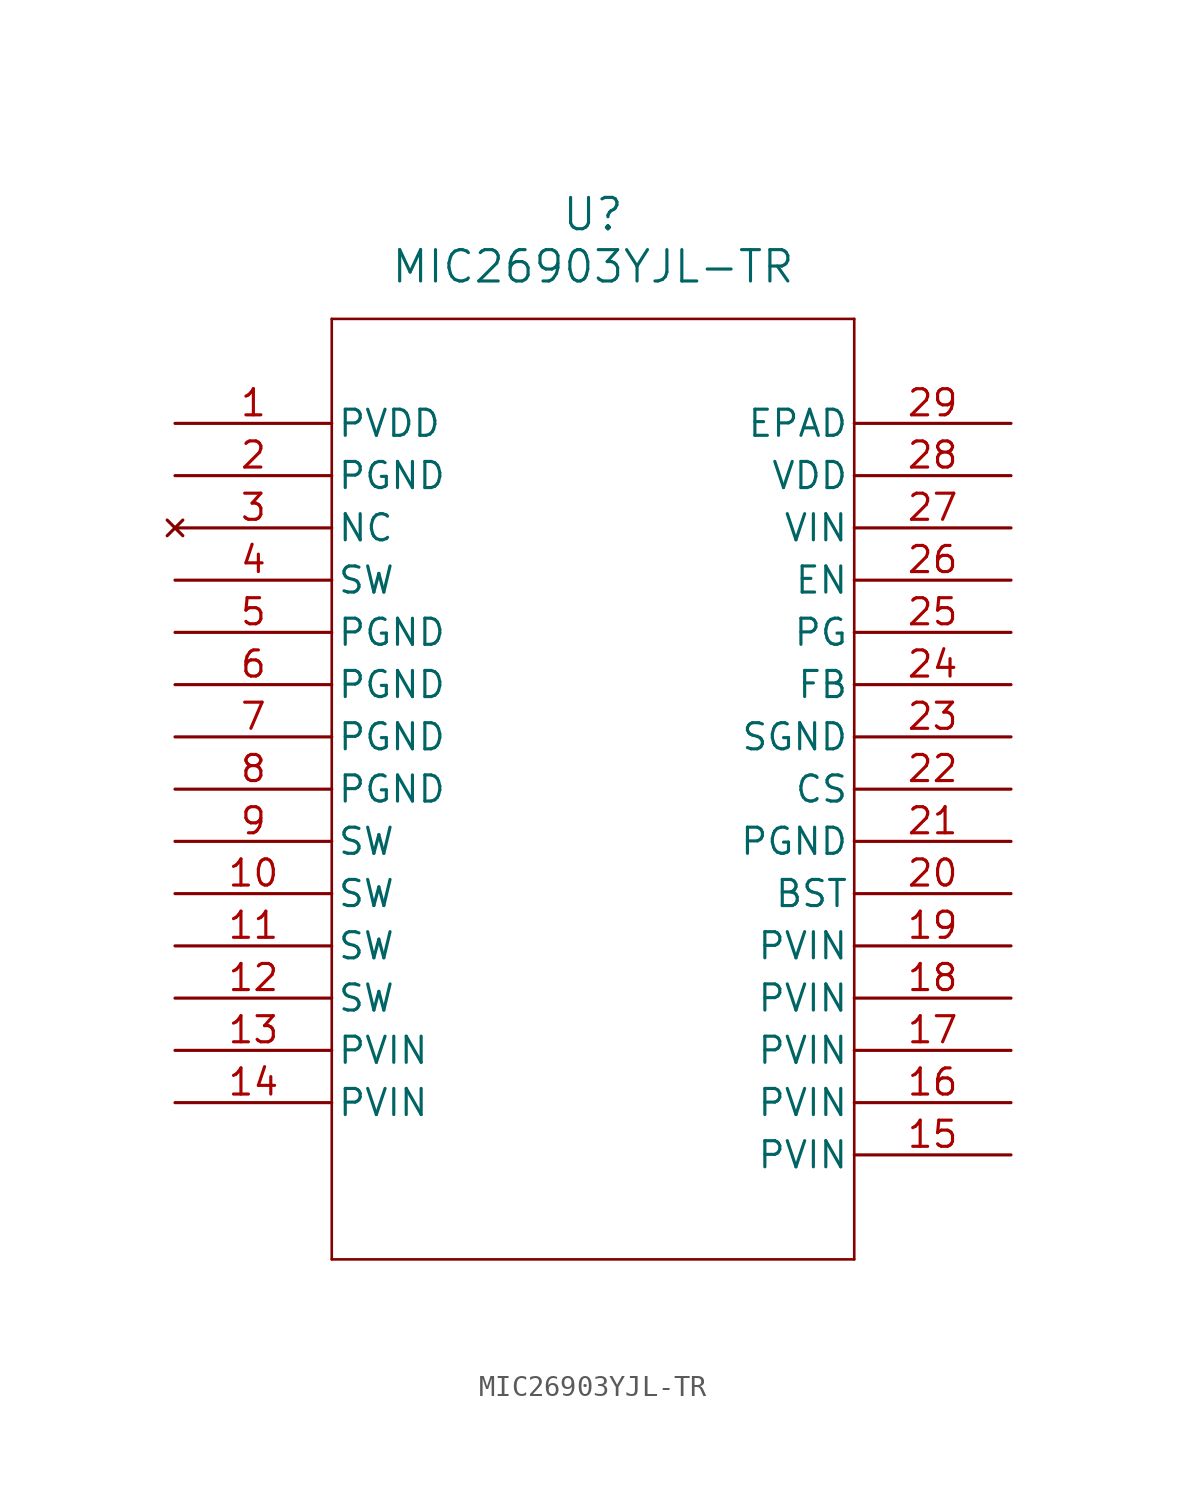
<source format=kicad_sym>
(kicad_symbol_lib
  (version 20241209)
  (generator "kicad_symbol_editor")
  (generator_version "9.0")
  (symbol "MIC26903YJL-TR"
    (pin_names
      (offset 0.254))
    (property "Reference" "U"
      (at 20.32 10.16 0)
      (effects (font (size 1.524 1.524))))
    (property "Value" "MIC26903YJL-TR"
      (at 20.32 7.62 0)
      (effects (font (size 1.524 1.524))))
    (symbol "MIC26903YJL-TR_0_1"
      (polyline (pts (xy 7.62 5.08) (xy 7.62 -40.64)) (stroke (width 0.127) (type default)) (fill (type none)))
      (polyline (pts (xy 7.62 -40.64) (xy 33.02 -40.64)) (stroke (width 0.127) (type default)) (fill (type none)))
      (polyline (pts (xy 33.02 5.08) (xy 7.62 5.08)) (stroke (width 0.127) (type default)) (fill (type none)))
      (polyline (pts (xy 33.02 -40.64) (xy 33.02 5.08)) (stroke (width 0.127) (type default)) (fill (type none)))
      (pin power_in line (at 0 0 0) (length 7.62) (name "PVDD" (effects (font (size 1.27 1.27)))) (number "1" (effects (font (size 1.27 1.27)))))
      (pin power_in line (at 0 -2.54 0) (length 7.62) (name "PGND" (effects (font (size 1.27 1.27)))) (number "2" (effects (font (size 1.27 1.27)))))
      (pin no_connect line (at 0 -5.08 0) (length 7.62) (name "NC" (effects (font (size 1.27 1.27)))) (number "3" (effects (font (size 1.27 1.27)))))
      (pin output line (at 0 -7.62 0) (length 7.62) (name "SW" (effects (font (size 1.27 1.27)))) (number "4" (effects (font (size 1.27 1.27)))))
      (pin power_in line (at 0 -10.16 0) (length 7.62) (name "PGND" (effects (font (size 1.27 1.27)))) (number "5" (effects (font (size 1.27 1.27)))))
      (pin power_in line (at 0 -12.7 0) (length 7.62) (name "PGND" (effects (font (size 1.27 1.27)))) (number "6" (effects (font (size 1.27 1.27)))))
      (pin power_in line (at 0 -15.24 0) (length 7.62) (name "PGND" (effects (font (size 1.27 1.27)))) (number "7" (effects (font (size 1.27 1.27)))))
      (pin power_in line (at 0 -17.78 0) (length 7.62) (name "PGND" (effects (font (size 1.27 1.27)))) (number "8" (effects (font (size 1.27 1.27)))))
      (pin output line (at 0 -20.32 0) (length 7.62) (name "SW" (effects (font (size 1.27 1.27)))) (number "9" (effects (font (size 1.27 1.27)))))
      (pin output line (at 0 -22.86 0) (length 7.62) (name "SW" (effects (font (size 1.27 1.27)))) (number "10" (effects (font (size 1.27 1.27)))))
      (pin output line (at 0 -25.4 0) (length 7.62) (name "SW" (effects (font (size 1.27 1.27)))) (number "11" (effects (font (size 1.27 1.27)))))
      (pin output line (at 0 -27.94 0) (length 7.62) (name "SW" (effects (font (size 1.27 1.27)))) (number "12" (effects (font (size 1.27 1.27)))))
      (pin input line (at 0 -30.48 0) (length 7.62) (name "PVIN" (effects (font (size 1.27 1.27)))) (number "13" (effects (font (size 1.27 1.27)))))
      (pin input line (at 0 -33.02 0) (length 7.62) (name "PVIN" (effects (font (size 1.27 1.27)))) (number "14" (effects (font (size 1.27 1.27)))))
      (pin unspecified line (at 40.64 0 180) (length 7.62) (name "EPAD" (effects (font (size 1.27 1.27)))) (number "29" (effects (font (size 1.27 1.27)))))
      (pin power_in line (at 40.64 -2.54 180) (length 7.62) (name "VDD" (effects (font (size 1.27 1.27)))) (number "28" (effects (font (size 1.27 1.27)))))
      (pin input line (at 40.64 -5.08 180) (length 7.62) (name "VIN" (effects (font (size 1.27 1.27)))) (number "27" (effects (font (size 1.27 1.27)))))
      (pin input line (at 40.64 -7.62 180) (length 7.62) (name "EN" (effects (font (size 1.27 1.27)))) (number "26" (effects (font (size 1.27 1.27)))))
      (pin output line (at 40.64 -10.16 180) (length 7.62) (name "PG" (effects (font (size 1.27 1.27)))) (number "25" (effects (font (size 1.27 1.27)))))
      (pin input line (at 40.64 -12.7 180) (length 7.62) (name "FB" (effects (font (size 1.27 1.27)))) (number "24" (effects (font (size 1.27 1.27)))))
      (pin power_in line (at 40.64 -15.24 180) (length 7.62) (name "SGND" (effects (font (size 1.27 1.27)))) (number "23" (effects (font (size 1.27 1.27)))))
      (pin input line (at 40.64 -17.78 180) (length 7.62) (name "CS" (effects (font (size 1.27 1.27)))) (number "22" (effects (font (size 1.27 1.27)))))
      (pin power_in line (at 40.64 -20.32 180) (length 7.62) (name "PGND" (effects (font (size 1.27 1.27)))) (number "21" (effects (font (size 1.27 1.27)))))
      (pin output line (at 40.64 -22.86 180) (length 7.62) (name "BST" (effects (font (size 1.27 1.27)))) (number "20" (effects (font (size 1.27 1.27)))))
      (pin input line (at 40.64 -25.4 180) (length 7.62) (name "PVIN" (effects (font (size 1.27 1.27)))) (number "19" (effects (font (size 1.27 1.27)))))
      (pin input line (at 40.64 -27.94 180) (length 7.62) (name "PVIN" (effects (font (size 1.27 1.27)))) (number "18" (effects (font (size 1.27 1.27)))))
      (pin input line (at 40.64 -30.48 180) (length 7.62) (name "PVIN" (effects (font (size 1.27 1.27)))) (number "17" (effects (font (size 1.27 1.27)))))
      (pin input line (at 40.64 -33.02 180) (length 7.62) (name "PVIN" (effects (font (size 1.27 1.27)))) (number "16" (effects (font (size 1.27 1.27)))))
      (pin input line (at 40.64 -35.56 180) (length 7.62) (name "PVIN" (effects (font (size 1.27 1.27)))) (number "15" (effects (font (size 1.27 1.27))))))))
</source>
